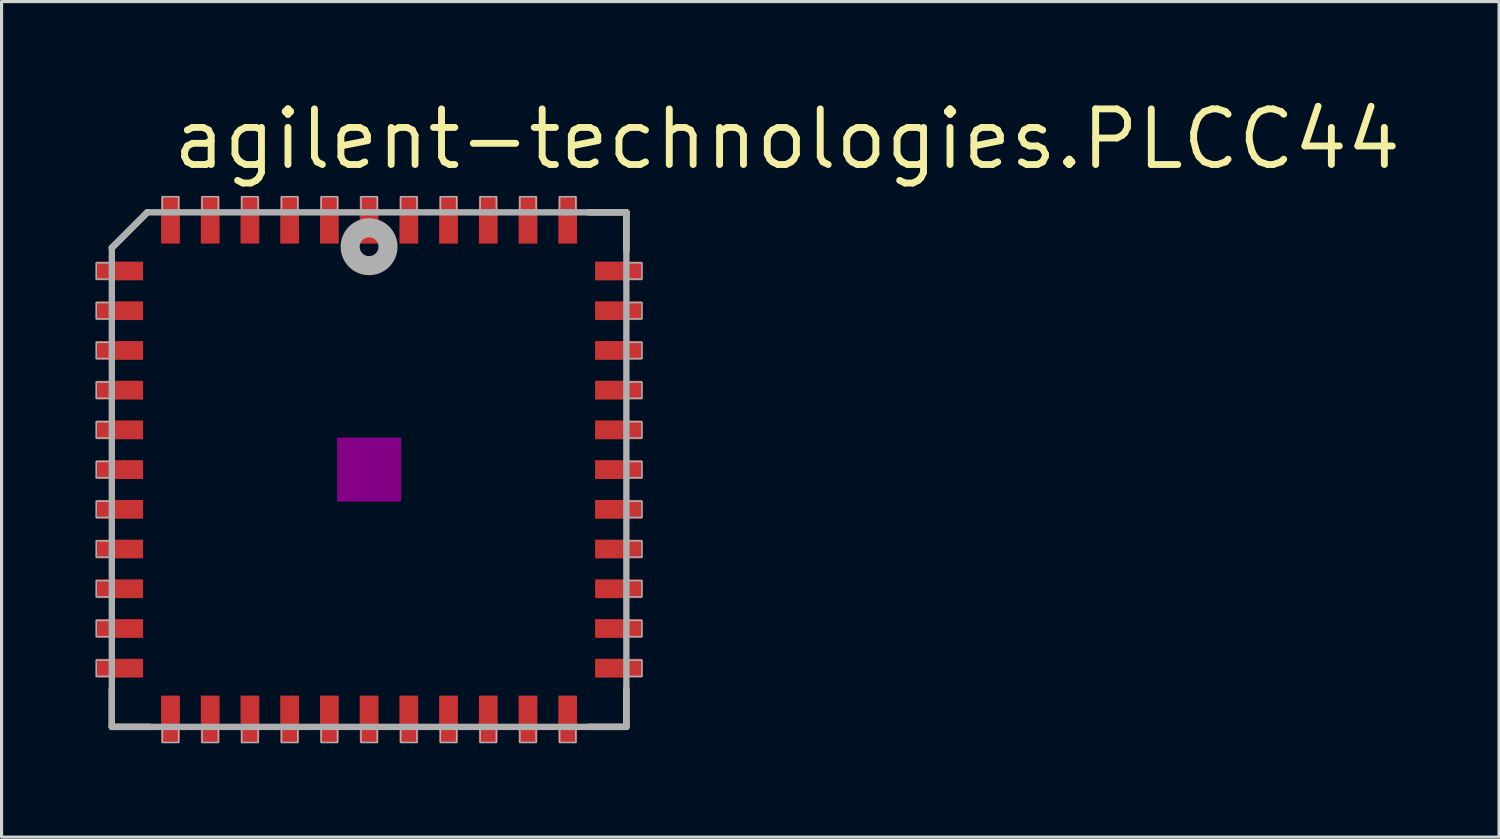
<source format=kicad_pcb>
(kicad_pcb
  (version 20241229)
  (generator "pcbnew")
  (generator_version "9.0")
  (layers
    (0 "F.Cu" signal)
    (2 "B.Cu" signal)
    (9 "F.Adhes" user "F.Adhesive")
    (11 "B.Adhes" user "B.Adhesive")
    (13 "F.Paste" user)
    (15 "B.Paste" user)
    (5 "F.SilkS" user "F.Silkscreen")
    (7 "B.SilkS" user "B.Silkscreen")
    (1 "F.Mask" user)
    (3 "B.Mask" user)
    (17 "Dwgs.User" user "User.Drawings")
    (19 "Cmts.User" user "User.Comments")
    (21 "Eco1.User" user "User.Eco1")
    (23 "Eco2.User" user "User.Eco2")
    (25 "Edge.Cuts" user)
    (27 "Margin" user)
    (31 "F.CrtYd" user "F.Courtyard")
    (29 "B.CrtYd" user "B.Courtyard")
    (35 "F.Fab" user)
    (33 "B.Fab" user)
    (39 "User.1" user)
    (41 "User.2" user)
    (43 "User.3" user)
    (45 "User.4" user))
  (footprint "agilent-technologies.PLCC44"
    (layer "F.Cu")
    (at 8.75 11.963)
    (property "Reference" "agilent-technologies.PLCC44" (at -6.38 -9.525 0) (layer "F.SilkS") (effects (font (size 1.778 1.778) (thickness 0.22)) (justify left bottom)))
    (attr smd)
    (fp_line (start -8.225 7.015) (end -8.225 8.225) (stroke (width 0.203) (type default)) (layer "F.SilkS"))
    (fp_line (start -8.225 8.225) (end -7.007 8.225) (stroke (width 0.203) (type default)) (layer "F.SilkS"))
    (fp_line (start -7.09 -8.225) (end -8.225 -7.09) (stroke (width 0.203) (type default)) (layer "F.SilkS"))
    (fp_line (start 7.015 8.225) (end 8.225 8.225) (stroke (width 0.203) (type default)) (layer "F.SilkS"))
    (fp_line (start 8.225 -8.225) (end 7.007 -8.225) (stroke (width 0.203) (type default)) (layer "F.SilkS"))
    (fp_line (start 8.225 -7.015) (end 8.225 -8.225) (stroke (width 0.203) (type default)) (layer "F.SilkS"))
    (fp_line (start 8.225 8.225) (end 8.225 7.007) (stroke (width 0.203) (type default)) (layer "F.SilkS"))
    (fp_rect (start -1 1) (end 1 -1) (stroke (width 0.05) (type default)) (fill yes) (layer "F.Adhes"))
    (fp_line (start -8.225 -7.09) (end -8.225 8.225) (stroke (width 0.203) (type default)) (layer "F.Fab"))
    (fp_line (start -8.225 8.225) (end 8.225 8.225) (stroke (width 0.203) (type default)) (layer "F.Fab"))
    (fp_line (start -7.09 -8.225) (end -8.225 -7.09) (stroke (width 0.203) (type default)) (layer "F.Fab"))
    (fp_line (start 8.225 -8.225) (end -7.09 -8.225) (stroke (width 0.203) (type default)) (layer "F.Fab"))
    (fp_line (start 8.225 8.225) (end 8.225 -8.225) (stroke (width 0.203) (type default)) (layer "F.Fab"))
    (fp_rect (start -8.725 -6.09) (end -8.275 -6.61) (stroke (width 0.05) (type default)) (fill no) (layer "F.Fab"))
    (fp_rect (start -8.725 -4.82) (end -8.275 -5.34) (stroke (width 0.05) (type default)) (fill no) (layer "F.Fab"))
    (fp_rect (start -8.725 -3.55) (end -8.275 -4.07) (stroke (width 0.05) (type default)) (fill no) (layer "F.Fab"))
    (fp_rect (start -8.725 -2.28) (end -8.275 -2.8) (stroke (width 0.05) (type default)) (fill no) (layer "F.Fab"))
    (fp_rect (start -8.725 -1.01) (end -8.275 -1.53) (stroke (width 0.05) (type default)) (fill no) (layer "F.Fab"))
    (fp_rect (start -8.725 0.26) (end -8.275 -0.26) (stroke (width 0.05) (type default)) (fill no) (layer "F.Fab"))
    (fp_rect (start -8.725 1.53) (end -8.275 1.01) (stroke (width 0.05) (type default)) (fill no) (layer "F.Fab"))
    (fp_rect (start -8.725 2.8) (end -8.275 2.28) (stroke (width 0.05) (type default)) (fill no) (layer "F.Fab"))
    (fp_rect (start -8.725 4.07) (end -8.275 3.55) (stroke (width 0.05) (type default)) (fill no) (layer "F.Fab"))
    (fp_rect (start -8.725 5.34) (end -8.275 4.82) (stroke (width 0.05) (type default)) (fill no) (layer "F.Fab"))
    (fp_rect (start -8.725 6.61) (end -8.275 6.09) (stroke (width 0.05) (type default)) (fill no) (layer "F.Fab"))
    (fp_rect (start -6.61 -8.275) (end -6.09 -8.725) (stroke (width 0.05) (type default)) (fill no) (layer "F.Fab"))
    (fp_rect (start -6.61 8.725) (end -6.09 8.275) (stroke (width 0.05) (type default)) (fill no) (layer "F.Fab"))
    (fp_rect (start -5.34 -8.275) (end -4.82 -8.725) (stroke (width 0.05) (type default)) (fill no) (layer "F.Fab"))
    (fp_rect (start -5.34 8.725) (end -4.82 8.275) (stroke (width 0.05) (type default)) (fill no) (layer "F.Fab"))
    (fp_rect (start -4.07 -8.275) (end -3.55 -8.725) (stroke (width 0.05) (type default)) (fill no) (layer "F.Fab"))
    (fp_rect (start -4.07 8.725) (end -3.55 8.275) (stroke (width 0.05) (type default)) (fill no) (layer "F.Fab"))
    (fp_rect (start -2.8 -8.275) (end -2.28 -8.725) (stroke (width 0.05) (type default)) (fill no) (layer "F.Fab"))
    (fp_rect (start -2.8 8.725) (end -2.28 8.275) (stroke (width 0.05) (type default)) (fill no) (layer "F.Fab"))
    (fp_rect (start -1.53 -8.275) (end -1.01 -8.725) (stroke (width 0.05) (type default)) (fill no) (layer "F.Fab"))
    (fp_rect (start -1.53 8.725) (end -1.01 8.275) (stroke (width 0.05) (type default)) (fill no) (layer "F.Fab"))
    (fp_rect (start -0.26 -8.275) (end 0.26 -8.725) (stroke (width 0.05) (type default)) (fill no) (layer "F.Fab"))
    (fp_rect (start -0.26 8.725) (end 0.26 8.275) (stroke (width 0.05) (type default)) (fill no) (layer "F.Fab"))
    (fp_rect (start 1.01 -8.275) (end 1.53 -8.725) (stroke (width 0.05) (type default)) (fill no) (layer "F.Fab"))
    (fp_rect (start 1.01 8.725) (end 1.53 8.275) (stroke (width 0.05) (type default)) (fill no) (layer "F.Fab"))
    (fp_rect (start 2.28 -8.275) (end 2.8 -8.725) (stroke (width 0.05) (type default)) (fill no) (layer "F.Fab"))
    (fp_rect (start 2.28 8.725) (end 2.8 8.275) (stroke (width 0.05) (type default)) (fill no) (layer "F.Fab"))
    (fp_rect (start 3.55 -8.275) (end 4.07 -8.725) (stroke (width 0.05) (type default)) (fill no) (layer "F.Fab"))
    (fp_rect (start 3.55 8.725) (end 4.07 8.275) (stroke (width 0.05) (type default)) (fill no) (layer "F.Fab"))
    (fp_rect (start 4.82 -8.275) (end 5.34 -8.725) (stroke (width 0.05) (type default)) (fill no) (layer "F.Fab"))
    (fp_rect (start 4.82 8.725) (end 5.34 8.275) (stroke (width 0.05) (type default)) (fill no) (layer "F.Fab"))
    (fp_rect (start 6.09 -8.275) (end 6.61 -8.725) (stroke (width 0.05) (type default)) (fill no) (layer "F.Fab"))
    (fp_rect (start 6.09 8.725) (end 6.61 8.275) (stroke (width 0.05) (type default)) (fill no) (layer "F.Fab"))
    (fp_rect (start 8.275 -6.09) (end 8.725 -6.61) (stroke (width 0.05) (type default)) (fill no) (layer "F.Fab"))
    (fp_rect (start 8.275 -4.82) (end 8.725 -5.34) (stroke (width 0.05) (type default)) (fill no) (layer "F.Fab"))
    (fp_rect (start 8.275 -3.55) (end 8.725 -4.07) (stroke (width 0.05) (type default)) (fill no) (layer "F.Fab"))
    (fp_rect (start 8.275 -2.28) (end 8.725 -2.8) (stroke (width 0.05) (type default)) (fill no) (layer "F.Fab"))
    (fp_rect (start 8.275 -1.01) (end 8.725 -1.53) (stroke (width 0.05) (type default)) (fill no) (layer "F.Fab"))
    (fp_rect (start 8.275 0.26) (end 8.725 -0.26) (stroke (width 0.05) (type default)) (fill no) (layer "F.Fab"))
    (fp_rect (start 8.275 1.53) (end 8.725 1.01) (stroke (width 0.05) (type default)) (fill no) (layer "F.Fab"))
    (fp_rect (start 8.275 2.8) (end 8.725 2.28) (stroke (width 0.05) (type default)) (fill no) (layer "F.Fab"))
    (fp_rect (start 8.275 4.07) (end 8.725 3.55) (stroke (width 0.05) (type default)) (fill no) (layer "F.Fab"))
    (fp_rect (start 8.275 5.34) (end 8.725 4.82) (stroke (width 0.05) (type default)) (fill no) (layer "F.Fab"))
    (fp_rect (start 8.275 6.61) (end 8.725 6.09) (stroke (width 0.05) (type default)) (fill no) (layer "F.Fab"))
    (fp_circle (center 0 -7.125) (end 0.3 -7.125) (stroke (width 0.61) (type default)) (fill no) (layer "F.Fab"))
    (pad "1" smd roundrect (at 0 -7.975) (size 0.6 1.5) (layers "F.Cu" "F.Mask" "F.Paste") (roundrect_rratio 0.01))
    (pad "2" smd roundrect (at -1.27 -7.975) (size 0.6 1.5) (layers "F.Cu" "F.Mask" "F.Paste") (roundrect_rratio 0.01))
    (pad "3" smd roundrect (at -2.54 -7.975) (size 0.6 1.5) (layers "F.Cu" "F.Mask" "F.Paste") (roundrect_rratio 0.01))
    (pad "4" smd roundrect (at -3.81 -7.975) (size 0.6 1.5) (layers "F.Cu" "F.Mask" "F.Paste") (roundrect_rratio 0.01))
    (pad "5" smd roundrect (at -5.08 -7.975) (size 0.6 1.5) (layers "F.Cu" "F.Mask" "F.Paste") (roundrect_rratio 0.01))
    (pad "6" smd roundrect (at -6.35 -7.975) (size 0.6 1.5) (layers "F.Cu" "F.Mask" "F.Paste") (roundrect_rratio 0.01))
    (pad "7" smd roundrect (at -7.975 -6.35) (size 1.5 0.6) (layers "F.Cu" "F.Mask" "F.Paste") (roundrect_rratio 0.01))
    (pad "8" smd roundrect (at -7.975 -5.08) (size 1.5 0.6) (layers "F.Cu" "F.Mask" "F.Paste") (roundrect_rratio 0.01))
    (pad "9" smd roundrect (at -7.975 -3.81) (size 1.5 0.6) (layers "F.Cu" "F.Mask" "F.Paste") (roundrect_rratio 0.01))
    (pad "10" smd roundrect (at -7.975 -2.54) (size 1.5 0.6) (layers "F.Cu" "F.Mask" "F.Paste") (roundrect_rratio 0.01))
    (pad "11" smd roundrect (at -7.975 -1.27) (size 1.5 0.6) (layers "F.Cu" "F.Mask" "F.Paste") (roundrect_rratio 0.01))
    (pad "12" smd roundrect (at -7.975 0) (size 1.5 0.6) (layers "F.Cu" "F.Mask" "F.Paste") (roundrect_rratio 0.01))
    (pad "13" smd roundrect (at -7.975 1.27) (size 1.5 0.6) (layers "F.Cu" "F.Mask" "F.Paste") (roundrect_rratio 0.01))
    (pad "14" smd roundrect (at -7.975 2.54) (size 1.5 0.6) (layers "F.Cu" "F.Mask" "F.Paste") (roundrect_rratio 0.01))
    (pad "15" smd roundrect (at -7.975 3.81) (size 1.5 0.6) (layers "F.Cu" "F.Mask" "F.Paste") (roundrect_rratio 0.01))
    (pad "16" smd roundrect (at -7.975 5.08) (size 1.5 0.6) (layers "F.Cu" "F.Mask" "F.Paste") (roundrect_rratio 0.01))
    (pad "17" smd roundrect (at -7.975 6.35) (size 1.5 0.6) (layers "F.Cu" "F.Mask" "F.Paste") (roundrect_rratio 0.01))
    (pad "18" smd roundrect (at -6.35 7.975) (size 0.6 1.5) (layers "F.Cu" "F.Mask" "F.Paste") (roundrect_rratio 0.01))
    (pad "19" smd roundrect (at -5.08 7.975) (size 0.6 1.5) (layers "F.Cu" "F.Mask" "F.Paste") (roundrect_rratio 0.01))
    (pad "20" smd roundrect (at -3.81 7.975) (size 0.6 1.5) (layers "F.Cu" "F.Mask" "F.Paste") (roundrect_rratio 0.01))
    (pad "21" smd roundrect (at -2.54 7.975) (size 0.6 1.5) (layers "F.Cu" "F.Mask" "F.Paste") (roundrect_rratio 0.01))
    (pad "22" smd roundrect (at -1.27 7.975) (size 0.6 1.5) (layers "F.Cu" "F.Mask" "F.Paste") (roundrect_rratio 0.01))
    (pad "23" smd roundrect (at 0 7.975) (size 0.6 1.5) (layers "F.Cu" "F.Mask" "F.Paste") (roundrect_rratio 0.01))
    (pad "24" smd roundrect (at 1.27 7.975) (size 0.6 1.5) (layers "F.Cu" "F.Mask" "F.Paste") (roundrect_rratio 0.01))
    (pad "25" smd roundrect (at 2.54 7.975) (size 0.6 1.5) (layers "F.Cu" "F.Mask" "F.Paste") (roundrect_rratio 0.01))
    (pad "26" smd roundrect (at 3.81 7.975) (size 0.6 1.5) (layers "F.Cu" "F.Mask" "F.Paste") (roundrect_rratio 0.01))
    (pad "27" smd roundrect (at 5.08 7.975) (size 0.6 1.5) (layers "F.Cu" "F.Mask" "F.Paste") (roundrect_rratio 0.01))
    (pad "28" smd roundrect (at 6.35 7.975) (size 0.6 1.5) (layers "F.Cu" "F.Mask" "F.Paste") (roundrect_rratio 0.01))
    (pad "29" smd roundrect (at 7.975 6.35) (size 1.5 0.6) (layers "F.Cu" "F.Mask" "F.Paste") (roundrect_rratio 0.01))
    (pad "30" smd roundrect (at 7.975 5.08) (size 1.5 0.6) (layers "F.Cu" "F.Mask" "F.Paste") (roundrect_rratio 0.01))
    (pad "31" smd roundrect (at 7.975 3.81) (size 1.5 0.6) (layers "F.Cu" "F.Mask" "F.Paste") (roundrect_rratio 0.01))
    (pad "32" smd roundrect (at 7.975 2.54) (size 1.5 0.6) (layers "F.Cu" "F.Mask" "F.Paste") (roundrect_rratio 0.01))
    (pad "33" smd roundrect (at 7.975 1.27) (size 1.5 0.6) (layers "F.Cu" "F.Mask" "F.Paste") (roundrect_rratio 0.01))
    (pad "34" smd roundrect (at 7.975 0) (size 1.5 0.6) (layers "F.Cu" "F.Mask" "F.Paste") (roundrect_rratio 0.01))
    (pad "35" smd roundrect (at 7.975 -1.27) (size 1.5 0.6) (layers "F.Cu" "F.Mask" "F.Paste") (roundrect_rratio 0.01))
    (pad "36" smd roundrect (at 7.975 -2.54) (size 1.5 0.6) (layers "F.Cu" "F.Mask" "F.Paste") (roundrect_rratio 0.01))
    (pad "37" smd roundrect (at 7.975 -3.81) (size 1.5 0.6) (layers "F.Cu" "F.Mask" "F.Paste") (roundrect_rratio 0.01))
    (pad "38" smd roundrect (at 7.975 -5.08) (size 1.5 0.6) (layers "F.Cu" "F.Mask" "F.Paste") (roundrect_rratio 0.01))
    (pad "39" smd roundrect (at 7.975 -6.35) (size 1.5 0.6) (layers "F.Cu" "F.Mask" "F.Paste") (roundrect_rratio 0.01))
    (pad "40" smd roundrect (at 6.35 -7.975) (size 0.6 1.5) (layers "F.Cu" "F.Mask" "F.Paste") (roundrect_rratio 0.01))
    (pad "41" smd roundrect (at 5.08 -7.975) (size 0.6 1.5) (layers "F.Cu" "F.Mask" "F.Paste") (roundrect_rratio 0.01))
    (pad "42" smd roundrect (at 3.81 -7.975) (size 0.6 1.5) (layers "F.Cu" "F.Mask" "F.Paste") (roundrect_rratio 0.01))
    (pad "43" smd roundrect (at 2.54 -7.975) (size 0.6 1.5) (layers "F.Cu" "F.Mask" "F.Paste") (roundrect_rratio 0.01))
    (pad "44" smd roundrect (at 1.27 -7.975) (size 0.6 1.5) (layers "F.Cu" "F.Mask" "F.Paste") (roundrect_rratio 0.01)))
  (gr_rect
    (start -3 -3)
    (end 44.875 23.713)
    (stroke (width 0.1) (type default))
    (fill no)
    (layer "Edge.Cuts")))
</source>
